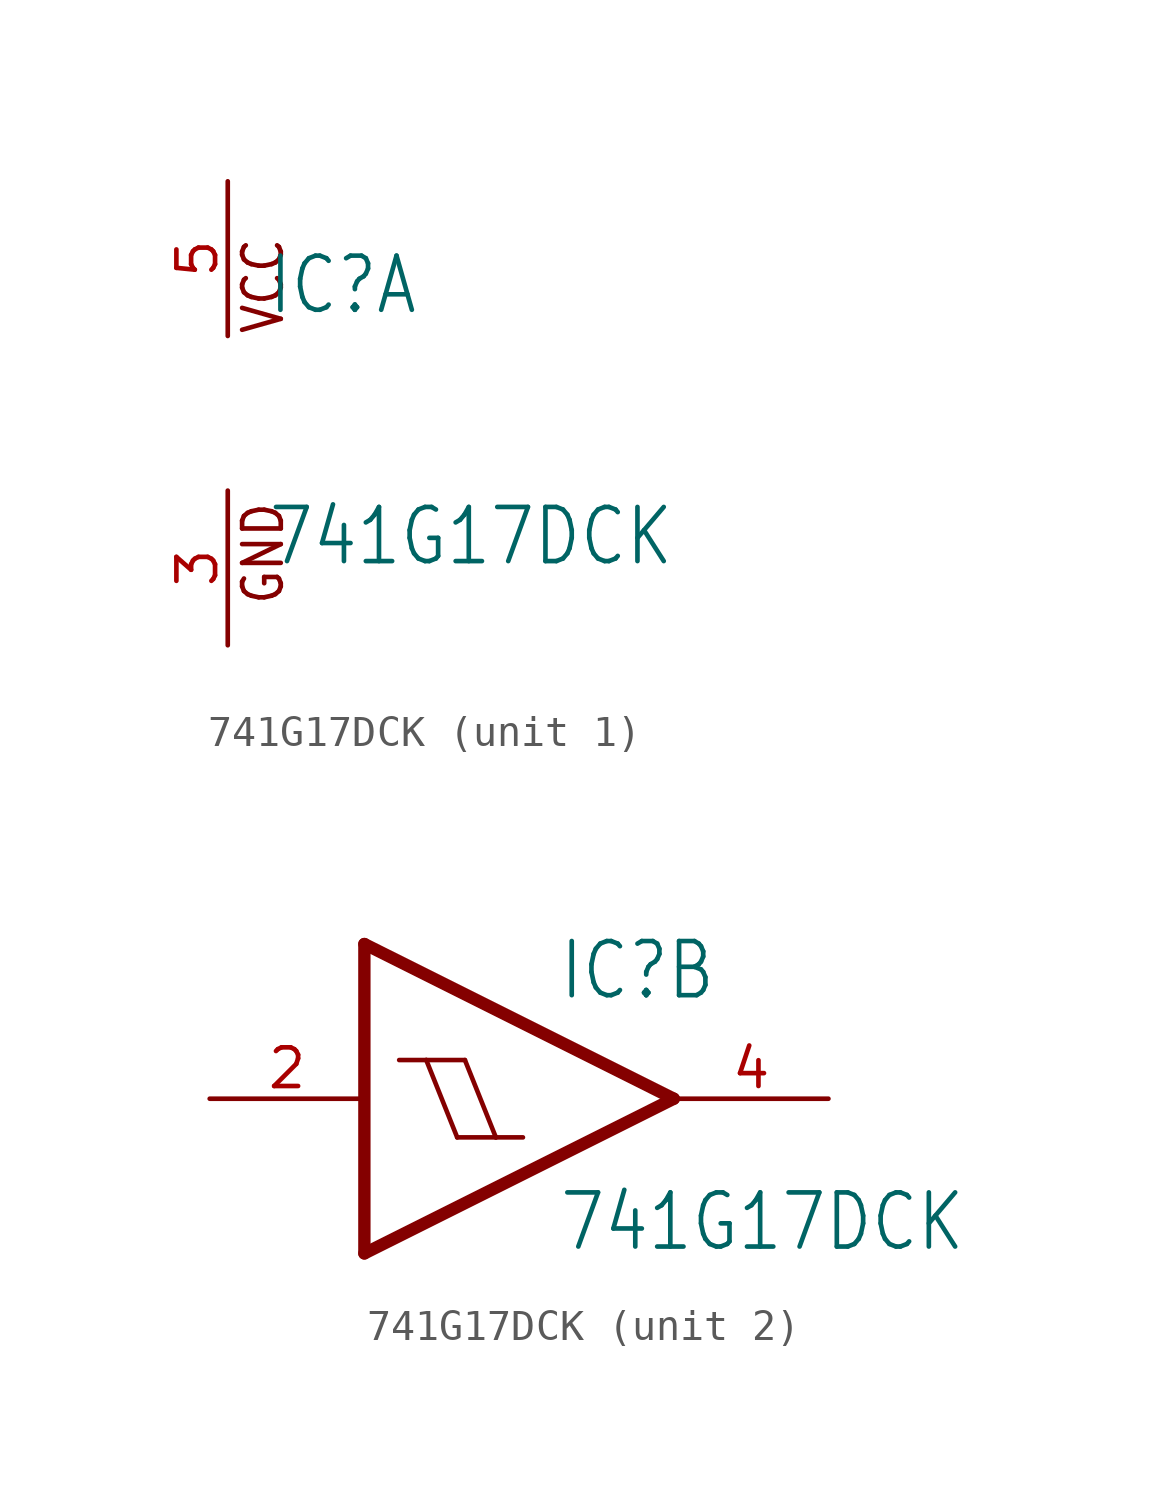
<source format=kicad_sym>
(kicad_symbol_lib
  (version 20211014)
  (generator kicad_symbol_editor)
  (symbol "741G17DCK"
    (property "Reference" "IC"
      (at 1.27 3.175 0)
      (effects (font (size 1.778 1.511)) (justify left bottom)))
    (property "Value" "741G17DCK"
      (at 1.27 -5.08 0)
      (effects (font (size 1.778 1.511)) (justify left bottom)))
    (property "ki_locked" ""
      (at 0 0 0)
      (effects (font (size 1.27 1.27))))
    (symbol "741G17DCK_1_0"
      (text "GND" (at 1.905 -6.35 900) (effects (font (size 1.27 1.079)) (justify left bottom)))
      (text "VCC" (at 1.905 2.54 900) (effects (font (size 1.27 1.079)) (justify left bottom)))
      (pin power_in line (at 0 -7.62 90) (length 5.08) (name "GND" (effects (font (size 0 0)))) (number "3" (effects (font (size 1.27 1.27)))))
      (pin power_in line (at 0 7.62 270) (length 5.08) (name "VCC" (effects (font (size 0 0)))) (number "5" (effects (font (size 1.27 1.27))))))
    (symbol "741G17DCK_2_0"
      (polyline (pts (xy -5.08 -5.08) (xy -5.08 5.08)) (stroke (width 0.406) (type default) (color 0 0 0 0)) (fill (type none)))
      (polyline (pts (xy -5.08 5.08) (xy 5.08 0)) (stroke (width 0.406) (type default) (color 0 0 0 0)) (fill (type none)))
      (polyline (pts (xy -3.937 1.27) (xy -3.048 1.27)) (stroke (width 0.152) (type default) (color 0 0 0 0)) (fill (type none)))
      (polyline (pts (xy -3.048 1.27) (xy -1.778 1.27)) (stroke (width 0.152) (type default) (color 0 0 0 0)) (fill (type none)))
      (polyline (pts (xy -2.032 -1.27) (xy -3.048 1.27)) (stroke (width 0.152) (type default) (color 0 0 0 0)) (fill (type none)))
      (polyline (pts (xy -2.032 -1.27) (xy -0.762 -1.27)) (stroke (width 0.152) (type default) (color 0 0 0 0)) (fill (type none)))
      (polyline (pts (xy -0.762 -1.27) (xy -1.778 1.27)) (stroke (width 0.152) (type default) (color 0 0 0 0)) (fill (type none)))
      (polyline (pts (xy -0.762 -1.27) (xy 0.127 -1.27)) (stroke (width 0.152) (type default) (color 0 0 0 0)) (fill (type none)))
      (polyline (pts (xy 5.08 0) (xy -5.08 -5.08)) (stroke (width 0.406) (type default) (color 0 0 0 0)) (fill (type none)))
      (pin input line (at -10.16 0 0) (length 5.08) (name "I" (effects (font (size 0 0)))) (number "2" (effects (font (size 1.27 1.27)))))
      (pin output line (at 10.16 0 180) (length 5.08) (name "O" (effects (font (size 0 0)))) (number "4" (effects (font (size 1.27 1.27))))))))
</source>
